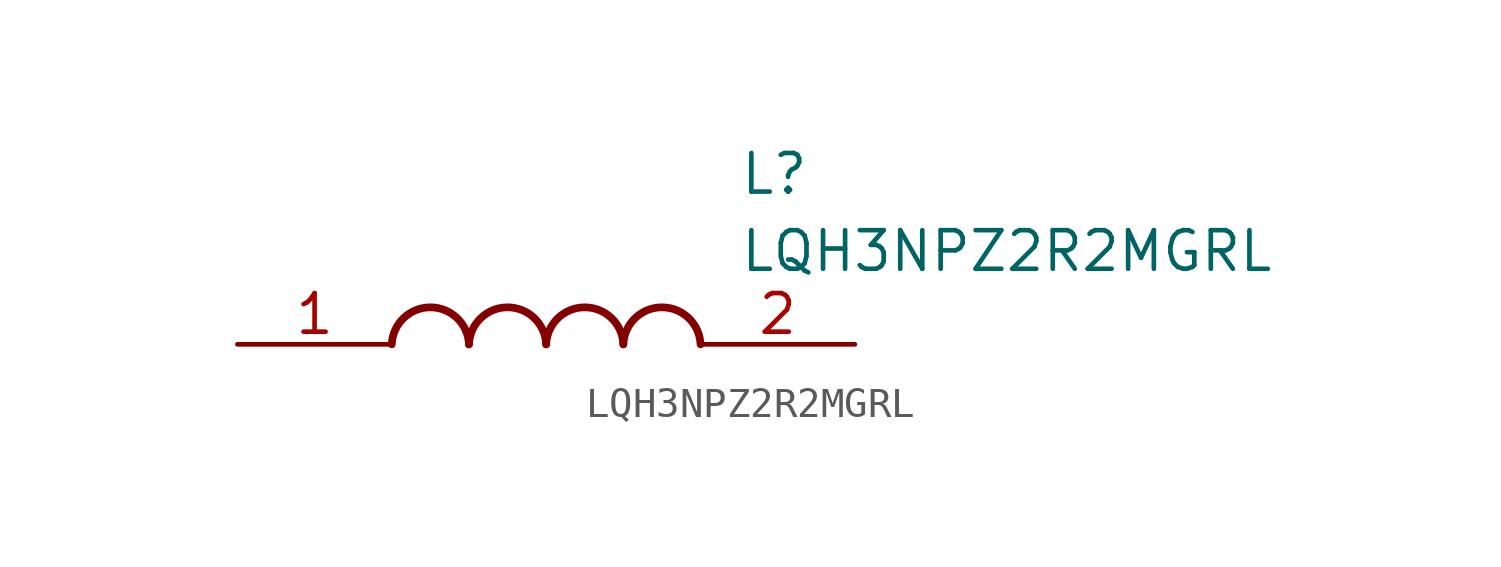
<source format=kicad_sym>
(kicad_symbol_lib
  (version 20211014)
  (generator SamacSys_ECAD_Model)
  (symbol "LQH3NPZ2R2MGRL"
    (pin_names hide)
    (property "Reference" "L"
      (at 16.51 6.35 0)
      (effects (font (size 1.27 1.27)) (justify left top)))
    (property "Value" "LQH3NPZ2R2MGRL"
      (at 16.51 3.81 0)
      (effects (font (size 1.27 1.27)) (justify left top)))
    (arc
      (start 7.62 0)
      (mid 6.35 1.219)
      (end 5.08 0)
      (stroke (width 0.254) (type default))
      (fill (type none)))
    (arc
      (start 10.16 0)
      (mid 8.89 1.219)
      (end 7.62 0)
      (stroke (width 0.254) (type default))
      (fill (type none)))
    (arc
      (start 12.7 0)
      (mid 11.43 1.219)
      (end 10.16 0)
      (stroke (width 0.254) (type default))
      (fill (type none)))
    (arc
      (start 15.24 0)
      (mid 13.97 1.219)
      (end 12.7 0)
      (stroke (width 0.254) (type default))
      (fill (type none)))
    (pin passive line
      (at 0 0 0)
      (length 5.08)
      (name "1" (effects (font (size 1.27 1.27))))
      (number "1" (effects (font (size 1.27 1.27)))))
    (pin passive line
      (at 20.32 0 180)
      (length 5.08)
      (name "2" (effects (font (size 1.27 1.27))))
      (number "2" (effects (font (size 1.27 1.27)))))))
</source>
